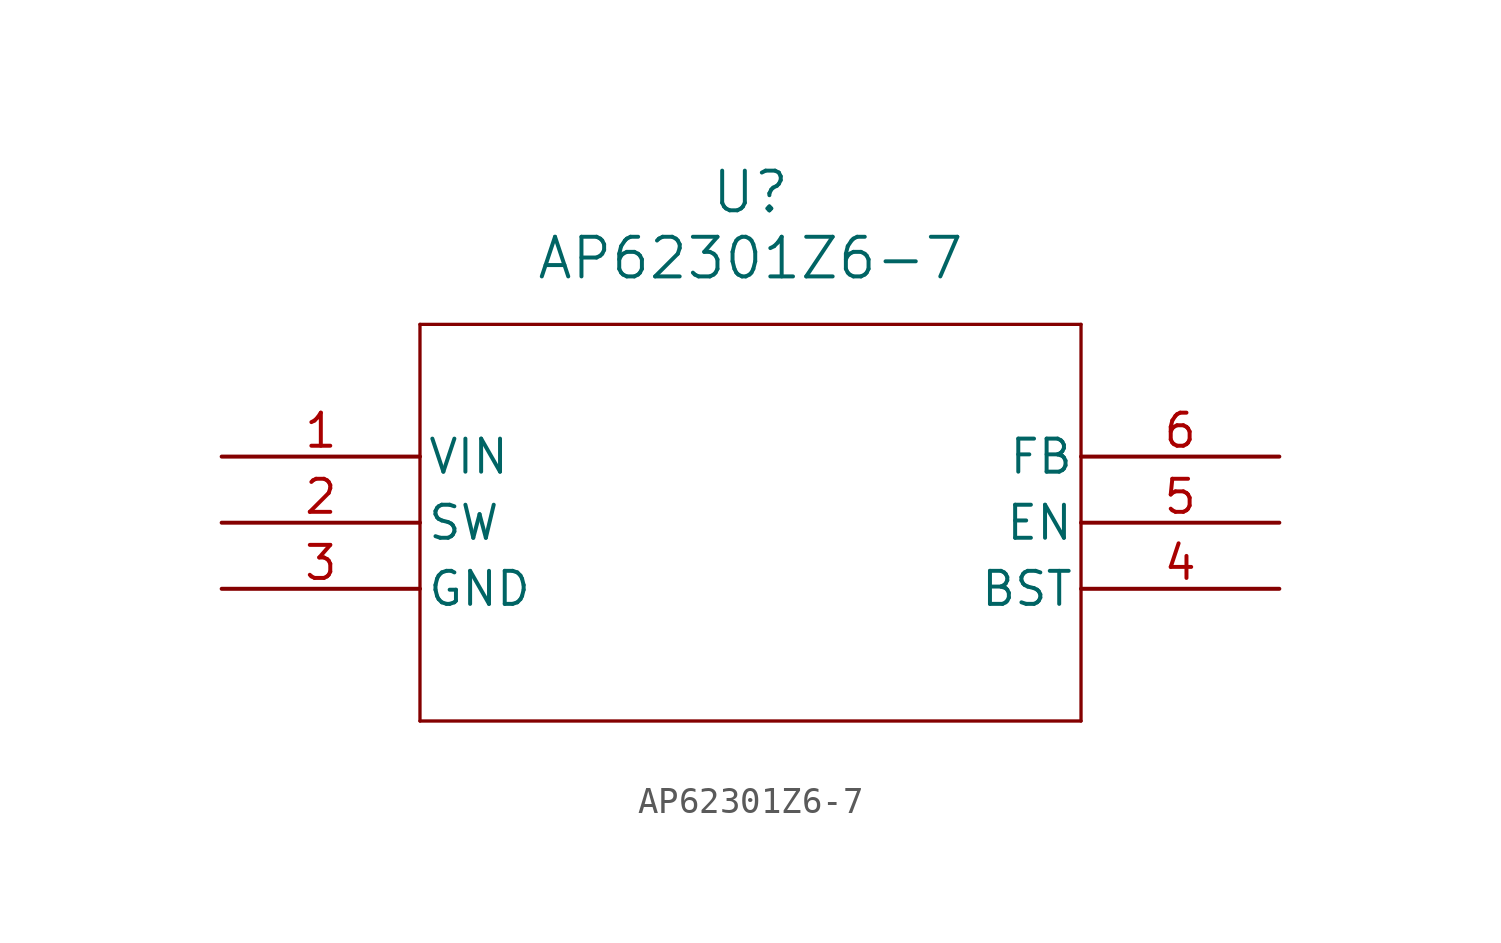
<source format=kicad_sym>
(kicad_symbol_lib
  (version 20211014)
  (generator kicad_symbol_editor)
  (symbol "AP62301Z6-7"
    (pin_names
      (offset 0.254))
    (property "Reference" "U"
      (at 20.32 10.16 0)
      (effects (font (size 1.524 1.524))))
    (property "Value" "AP62301Z6-7"
      (at 20.32 7.62 0)
      (effects (font (size 1.524 1.524))))
    (symbol "AP62301Z6-7_0_1"
      (polyline (pts (xy 7.62 5.08) (xy 7.62 -10.16)) (stroke (width 0.127) (type default) (color 0 0 0 0)) (fill (type none)))
      (polyline (pts (xy 7.62 -10.16) (xy 33.02 -10.16)) (stroke (width 0.127) (type default) (color 0 0 0 0)) (fill (type none)))
      (polyline (pts (xy 33.02 -10.16) (xy 33.02 5.08)) (stroke (width 0.127) (type default) (color 0 0 0 0)) (fill (type none)))
      (polyline (pts (xy 33.02 5.08) (xy 7.62 5.08)) (stroke (width 0.127) (type default) (color 0 0 0 0)) (fill (type none)))
      (pin power_in line (at 0 0 0) (length 7.62) (name "VIN" (effects (font (size 1.27 1.27)))) (number "1" (effects (font (size 1.27 1.27)))))
      (pin output line (at 0 -2.54 0) (length 7.62) (name "SW" (effects (font (size 1.27 1.27)))) (number "2" (effects (font (size 1.27 1.27)))))
      (pin power_out line (at 0 -5.08 0) (length 7.62) (name "GND" (effects (font (size 1.27 1.27)))) (number "3" (effects (font (size 1.27 1.27)))))
      (pin input line (at 40.64 -5.08 180) (length 7.62) (name "BST" (effects (font (size 1.27 1.27)))) (number "4" (effects (font (size 1.27 1.27)))))
      (pin input line (at 40.64 -2.54 180) (length 7.62) (name "EN" (effects (font (size 1.27 1.27)))) (number "5" (effects (font (size 1.27 1.27)))))
      (pin unspecified line (at 40.64 0 180) (length 7.62) (name "FB" (effects (font (size 1.27 1.27)))) (number "6" (effects (font (size 1.27 1.27))))))))
</source>
